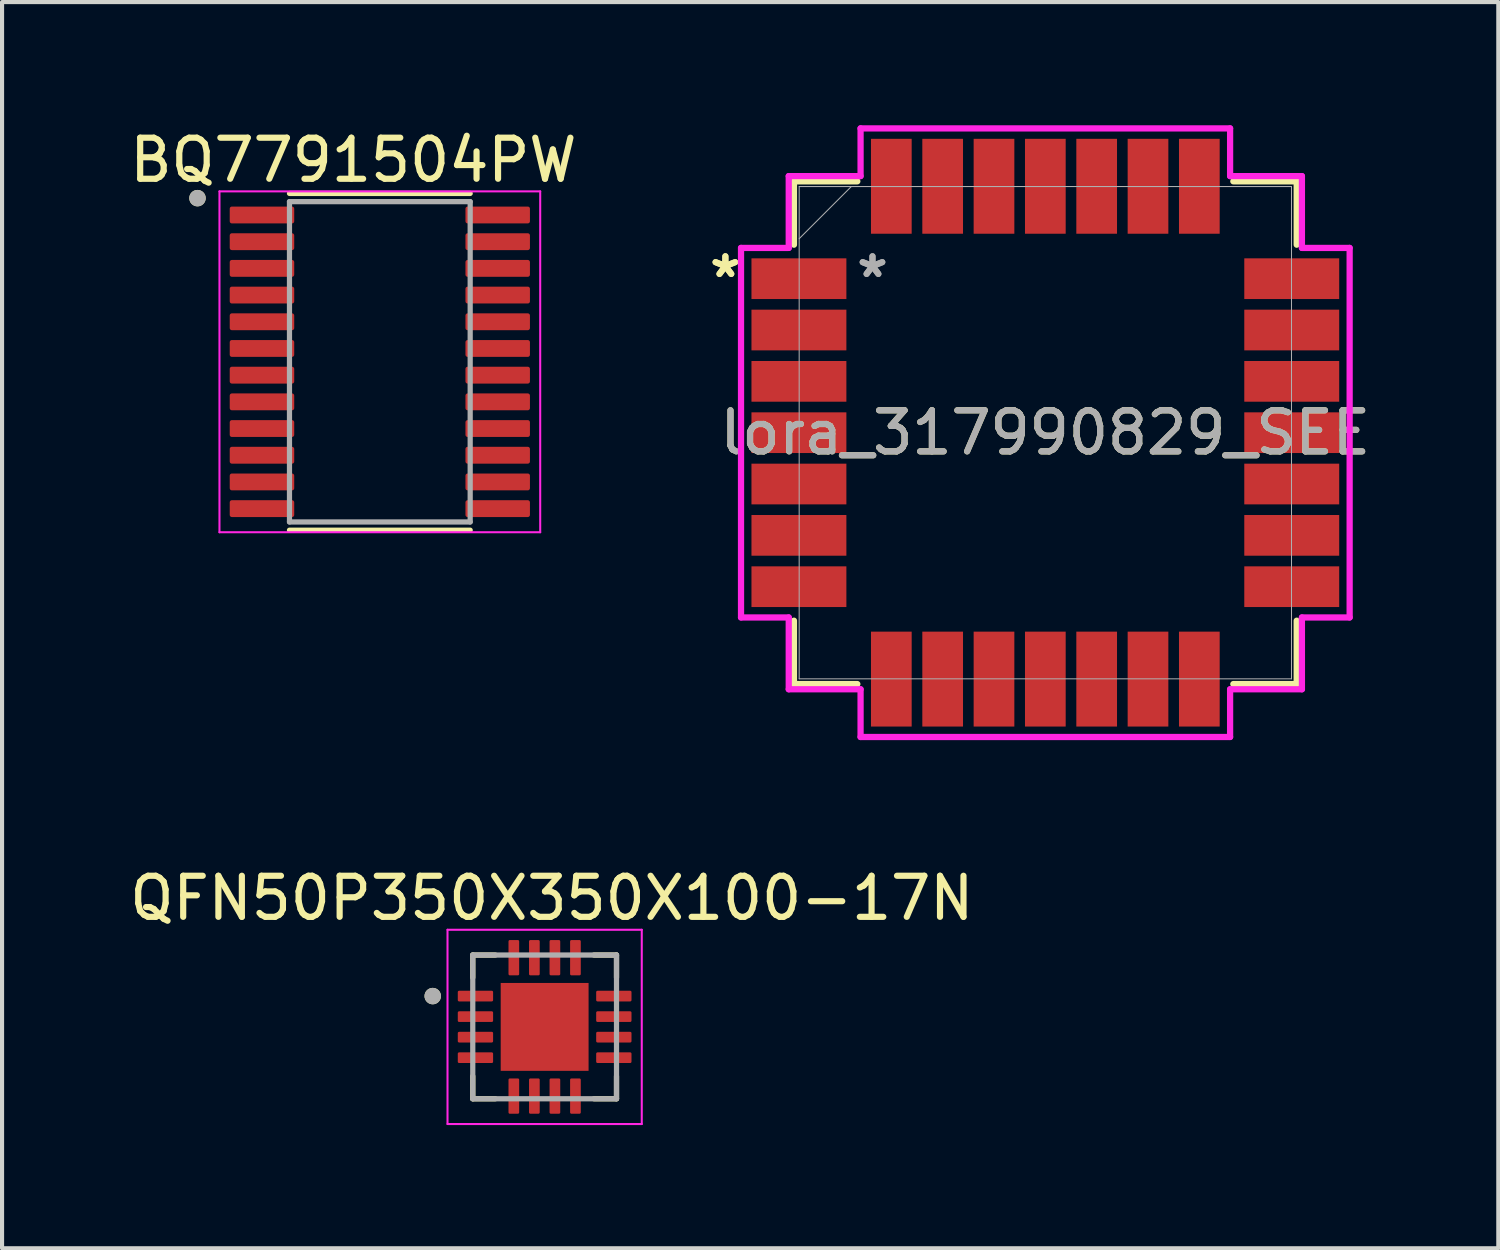
<source format=kicad_pcb>
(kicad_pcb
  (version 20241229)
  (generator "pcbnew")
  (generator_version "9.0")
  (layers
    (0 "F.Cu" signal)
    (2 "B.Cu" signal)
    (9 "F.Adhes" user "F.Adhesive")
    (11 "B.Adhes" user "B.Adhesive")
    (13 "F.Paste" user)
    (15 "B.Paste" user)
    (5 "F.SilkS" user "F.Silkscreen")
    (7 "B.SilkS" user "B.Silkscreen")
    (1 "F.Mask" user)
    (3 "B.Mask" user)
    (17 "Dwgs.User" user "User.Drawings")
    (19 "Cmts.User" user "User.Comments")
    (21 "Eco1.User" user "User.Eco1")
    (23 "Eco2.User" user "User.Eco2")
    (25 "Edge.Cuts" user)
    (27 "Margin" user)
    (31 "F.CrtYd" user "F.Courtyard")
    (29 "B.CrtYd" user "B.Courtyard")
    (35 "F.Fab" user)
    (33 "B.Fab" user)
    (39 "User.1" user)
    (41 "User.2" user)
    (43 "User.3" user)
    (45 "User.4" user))
  (footprint "lora_317990829_SEE"
    (layer "F.Cu")
    (at 22.404 7.486)
    (property "Reference" "lora_317990829_SEE" (at 0 0 0) (unlocked yes) (layer "F.SilkS") (effects (font (size 1 1) (thickness 0.15))))
    (attr smd)
    (fp_line (start -6.121 -6.121) (end -6.121 -4.578) (stroke (width 0.152) (type solid)) (layer "F.SilkS"))
    (fp_line (start -6.121 4.578) (end -6.121 6.121) (stroke (width 0.152) (type solid)) (layer "F.SilkS"))
    (fp_line (start -6.121 6.121) (end -4.578 6.121) (stroke (width 0.152) (type solid)) (layer "F.SilkS"))
    (fp_line (start -4.578 -6.121) (end -6.121 -6.121) (stroke (width 0.152) (type solid)) (layer "F.SilkS"))
    (fp_line (start 4.578 6.121) (end 6.121 6.121) (stroke (width 0.152) (type solid)) (layer "F.SilkS"))
    (fp_line (start 6.121 -6.121) (end 4.578 -6.121) (stroke (width 0.152) (type solid)) (layer "F.SilkS"))
    (fp_line (start 6.121 -4.578) (end 6.121 -6.121) (stroke (width 0.152) (type solid)) (layer "F.SilkS"))
    (fp_line (start 6.121 6.121) (end 6.121 4.578) (stroke (width 0.152) (type solid)) (layer "F.SilkS"))
    (fp_line (start -7.41 -4.499) (end -6.248 -4.499) (stroke (width 0.152) (type solid)) (layer "F.CrtYd"))
    (fp_line (start -7.41 4.499) (end -7.41 -4.499) (stroke (width 0.152) (type solid)) (layer "F.CrtYd"))
    (fp_line (start -6.248 -6.248) (end -4.499 -6.248) (stroke (width 0.152) (type solid)) (layer "F.CrtYd"))
    (fp_line (start -6.248 -4.499) (end -6.248 -6.248) (stroke (width 0.152) (type solid)) (layer "F.CrtYd"))
    (fp_line (start -6.248 4.499) (end -7.41 4.499) (stroke (width 0.152) (type solid)) (layer "F.CrtYd"))
    (fp_line (start -6.248 6.248) (end -6.248 4.499) (stroke (width 0.152) (type solid)) (layer "F.CrtYd"))
    (fp_line (start -4.499 -7.41) (end 4.499 -7.41) (stroke (width 0.152) (type solid)) (layer "F.CrtYd"))
    (fp_line (start -4.499 -6.248) (end -4.499 -7.41) (stroke (width 0.152) (type solid)) (layer "F.CrtYd"))
    (fp_line (start -4.499 6.248) (end -6.248 6.248) (stroke (width 0.152) (type solid)) (layer "F.CrtYd"))
    (fp_line (start -4.499 7.41) (end -4.499 6.248) (stroke (width 0.152) (type solid)) (layer "F.CrtYd"))
    (fp_line (start 4.499 -7.41) (end 4.499 -6.248) (stroke (width 0.152) (type solid)) (layer "F.CrtYd"))
    (fp_line (start 4.499 -6.248) (end 6.248 -6.248) (stroke (width 0.152) (type solid)) (layer "F.CrtYd"))
    (fp_line (start 4.499 6.248) (end 4.499 7.41) (stroke (width 0.152) (type solid)) (layer "F.CrtYd"))
    (fp_line (start 4.499 7.41) (end -4.499 7.41) (stroke (width 0.152) (type solid)) (layer "F.CrtYd"))
    (fp_line (start 6.248 -6.248) (end 6.248 -4.499) (stroke (width 0.152) (type solid)) (layer "F.CrtYd"))
    (fp_line (start 6.248 -4.499) (end 7.41 -4.499) (stroke (width 0.152) (type solid)) (layer "F.CrtYd"))
    (fp_line (start 6.248 4.499) (end 6.248 6.248) (stroke (width 0.152) (type solid)) (layer "F.CrtYd"))
    (fp_line (start 6.248 6.248) (end 4.499 6.248) (stroke (width 0.152) (type solid)) (layer "F.CrtYd"))
    (fp_line (start 7.41 -4.499) (end 7.41 4.499) (stroke (width 0.152) (type solid)) (layer "F.CrtYd"))
    (fp_line (start 7.41 4.499) (end 6.248 4.499) (stroke (width 0.152) (type solid)) (layer "F.CrtYd"))
    (fp_line (start -5.994 -5.994) (end -5.994 5.994) (stroke (width 0.025) (type solid)) (layer "F.Fab"))
    (fp_line (start -5.994 -4.724) (end -4.724 -5.994) (stroke (width 0.025) (type solid)) (layer "F.Fab"))
    (fp_line (start -5.994 5.994) (end 5.994 5.994) (stroke (width 0.025) (type solid)) (layer "F.Fab"))
    (fp_line (start 5.994 -5.994) (end -5.994 -5.994) (stroke (width 0.025) (type solid)) (layer "F.Fab"))
    (fp_line (start 5.994 5.994) (end 5.994 -5.994) (stroke (width 0.025) (type solid)) (layer "F.Fab"))
    (fp_text user "*" (at -7.791 -3.75 0) (layer "F.SilkS") (effects (font (size 1 1) (thickness 0.15))))
    (fp_text user "*" (at -7.791 -3.75 0) (unlocked yes) (layer "F.SilkS") (effects (font (size 1 1) (thickness 0.15))))
    (fp_text user "${REFERENCE}" (at 0 0 0) (unlocked yes) (layer "F.Fab") (effects (font (size 1 1) (thickness 0.15))))
    (fp_text user "*" (at -4.209 -3.75 0) (layer "F.Fab") (effects (font (size 1 1) (thickness 0.15))))
    (fp_text user "*" (at -4.209 -3.75 0) (unlocked yes) (layer "F.Fab") (effects (font (size 1 1) (thickness 0.15))))
    (pad "1" smd rect (at -6 -3.75) (size 2.311 0.991) (layers "F.Cu" "F.Mask" "F.Paste"))
    (pad "2" smd rect (at -6 -2.5) (size 2.311 0.991) (layers "F.Cu" "F.Mask" "F.Paste"))
    (pad "3" smd rect (at -6 -1.25) (size 2.311 0.991) (layers "F.Cu" "F.Mask" "F.Paste"))
    (pad "4" smd rect (at -6 0) (size 2.311 0.991) (layers "F.Cu" "F.Mask" "F.Paste"))
    (pad "5" smd rect (at -6 1.25) (size 2.311 0.991) (layers "F.Cu" "F.Mask" "F.Paste"))
    (pad "6" smd rect (at -6 2.5) (size 2.311 0.991) (layers "F.Cu" "F.Mask" "F.Paste"))
    (pad "7" smd rect (at -6 3.75) (size 2.311 0.991) (layers "F.Cu" "F.Mask" "F.Paste"))
    (pad "8" smd rect (at -3.75 6 90) (size 2.311 0.991) (layers "F.Cu" "F.Mask" "F.Paste"))
    (pad "9" smd rect (at -2.5 6 90) (size 2.311 0.991) (layers "F.Cu" "F.Mask" "F.Paste"))
    (pad "10" smd rect (at -1.25 6 90) (size 2.311 0.991) (layers "F.Cu" "F.Mask" "F.Paste"))
    (pad "11" smd rect (at 0 6 90) (size 2.311 0.991) (layers "F.Cu" "F.Mask" "F.Paste"))
    (pad "12" smd rect (at 1.25 6 90) (size 2.311 0.991) (layers "F.Cu" "F.Mask" "F.Paste"))
    (pad "13" smd rect (at 2.5 6 90) (size 2.311 0.991) (layers "F.Cu" "F.Mask" "F.Paste"))
    (pad "14" smd rect (at 3.75 6 90) (size 2.311 0.991) (layers "F.Cu" "F.Mask" "F.Paste"))
    (pad "15" smd rect (at 6 3.75) (size 2.311 0.991) (layers "F.Cu" "F.Mask" "F.Paste"))
    (pad "16" smd rect (at 6 2.5) (size 2.311 0.991) (layers "F.Cu" "F.Mask" "F.Paste"))
    (pad "17" smd rect (at 6 1.25) (size 2.311 0.991) (layers "F.Cu" "F.Mask" "F.Paste"))
    (pad "18" smd rect (at 6 0) (size 2.311 0.991) (layers "F.Cu" "F.Mask" "F.Paste"))
    (pad "19" smd rect (at 6 -1.25) (size 2.311 0.991) (layers "F.Cu" "F.Mask" "F.Paste"))
    (pad "20" smd rect (at 6 -2.5) (size 2.311 0.991) (layers "F.Cu" "F.Mask" "F.Paste"))
    (pad "21" smd rect (at 6 -3.75) (size 2.311 0.991) (layers "F.Cu" "F.Mask" "F.Paste"))
    (pad "22" smd rect (at 3.75 -6 90) (size 2.311 0.991) (layers "F.Cu" "F.Mask" "F.Paste"))
    (pad "23" smd rect (at 2.5 -6 90) (size 2.311 0.991) (layers "F.Cu" "F.Mask" "F.Paste"))
    (pad "24" smd rect (at 1.25 -6 90) (size 2.311 0.991) (layers "F.Cu" "F.Mask" "F.Paste"))
    (pad "25" smd rect (at 0 -6 90) (size 2.311 0.991) (layers "F.Cu" "F.Mask" "F.Paste"))
    (pad "26" smd rect (at -1.25 -6 90) (size 2.311 0.991) (layers "F.Cu" "F.Mask" "F.Paste"))
    (pad "27" smd rect (at -2.5 -6 90) (size 2.311 0.991) (layers "F.Cu" "F.Mask" "F.Paste"))
    (pad "28" smd rect (at -3.75 -6 90) (size 2.311 0.991) (layers "F.Cu" "F.Mask" "F.Paste")))
  (footprint "QFN50P350X350X100-17N"
    (layer "F.Cu")
    (at 10.212 21.955)
    (property "Reference" "QFN50P350X350X100-17N" (at 0.175 -3.135 0) (layer "F.SilkS") (effects (font (size 1 1) (thickness 0.15))))
    (attr smd)
    (fp_line (start -1.75 -1.75) (end -1.75 -1.2) (stroke (width 0.127) (type solid)) (layer "F.SilkS"))
    (fp_line (start -1.75 -1.75) (end -1.2 -1.75) (stroke (width 0.127) (type solid)) (layer "F.SilkS"))
    (fp_line (start -1.75 1.75) (end -1.75 1.2) (stroke (width 0.127) (type solid)) (layer "F.SilkS"))
    (fp_line (start -1.75 1.75) (end -1.2 1.75) (stroke (width 0.127) (type solid)) (layer "F.SilkS"))
    (fp_line (start 1.75 -1.75) (end 1.2 -1.75) (stroke (width 0.127) (type solid)) (layer "F.SilkS"))
    (fp_line (start 1.75 -1.75) (end 1.75 -1.2) (stroke (width 0.127) (type solid)) (layer "F.SilkS"))
    (fp_line (start 1.75 1.75) (end 1.2 1.75) (stroke (width 0.127) (type solid)) (layer "F.SilkS"))
    (fp_line (start 1.75 1.75) (end 1.75 1.2) (stroke (width 0.127) (type solid)) (layer "F.SilkS"))
    (fp_circle (center -2.725 -0.75) (end -2.625 -0.75) (stroke (width 0.2) (type solid)) (fill no) (layer "F.SilkS"))
    (fp_poly (pts (xy -0.68 -0.68) (xy 0.68 -0.68) (xy 0.68 0.68) (xy -0.68 0.68)) (stroke (width 0.01) (type solid)) (fill yes) (layer "F.Paste"))
    (fp_line (start -2.365 -2.365) (end 2.365 -2.365) (stroke (width 0.05) (type solid)) (layer "F.CrtYd"))
    (fp_line (start -2.365 2.365) (end -2.365 -2.365) (stroke (width 0.05) (type solid)) (layer "F.CrtYd"))
    (fp_line (start -2.365 2.365) (end 2.365 2.365) (stroke (width 0.05) (type solid)) (layer "F.CrtYd"))
    (fp_line (start 2.365 2.365) (end 2.365 -2.365) (stroke (width 0.05) (type solid)) (layer "F.CrtYd"))
    (fp_line (start -1.75 1.75) (end -1.75 -1.75) (stroke (width 0.127) (type solid)) (layer "F.Fab"))
    (fp_line (start 1.75 -1.75) (end -1.75 -1.75) (stroke (width 0.127) (type solid)) (layer "F.Fab"))
    (fp_line (start 1.75 1.75) (end -1.75 1.75) (stroke (width 0.127) (type solid)) (layer "F.Fab"))
    (fp_line (start 1.75 1.75) (end 1.75 -1.75) (stroke (width 0.127) (type solid)) (layer "F.Fab"))
    (fp_circle (center -2.725 -0.75) (end -2.625 -0.75) (stroke (width 0.2) (type solid)) (fill no) (layer "F.Fab"))
    (pad "1" smd roundrect (at -1.685 -0.75) (size 0.86 0.26) (layers "F.Cu" "F.Mask" "F.Paste") (roundrect_rratio 0.125))
    (pad "2" smd roundrect (at -1.685 -0.25) (size 0.86 0.26) (layers "F.Cu" "F.Mask" "F.Paste") (roundrect_rratio 0.125))
    (pad "3" smd roundrect (at -1.685 0.25) (size 0.86 0.26) (layers "F.Cu" "F.Mask" "F.Paste") (roundrect_rratio 0.125))
    (pad "4" smd roundrect (at -1.685 0.75) (size 0.86 0.26) (layers "F.Cu" "F.Mask" "F.Paste") (roundrect_rratio 0.125))
    (pad "5" smd roundrect (at -0.75 1.685) (size 0.26 0.86) (layers "F.Cu" "F.Mask" "F.Paste") (roundrect_rratio 0.125))
    (pad "6" smd roundrect (at -0.25 1.685) (size 0.26 0.86) (layers "F.Cu" "F.Mask" "F.Paste") (roundrect_rratio 0.125))
    (pad "7" smd roundrect (at 0.25 1.685) (size 0.26 0.86) (layers "F.Cu" "F.Mask" "F.Paste") (roundrect_rratio 0.125))
    (pad "8" smd roundrect (at 0.75 1.685) (size 0.26 0.86) (layers "F.Cu" "F.Mask" "F.Paste") (roundrect_rratio 0.125))
    (pad "9" smd roundrect (at 1.685 0.75) (size 0.86 0.26) (layers "F.Cu" "F.Mask" "F.Paste") (roundrect_rratio 0.125))
    (pad "10" smd roundrect (at 1.685 0.25) (size 0.86 0.26) (layers "F.Cu" "F.Mask" "F.Paste") (roundrect_rratio 0.125))
    (pad "11" smd roundrect (at 1.685 -0.25) (size 0.86 0.26) (layers "F.Cu" "F.Mask" "F.Paste") (roundrect_rratio 0.125))
    (pad "12" smd roundrect (at 1.685 -0.75) (size 0.86 0.26) (layers "F.Cu" "F.Mask" "F.Paste") (roundrect_rratio 0.125))
    (pad "13" smd roundrect (at 0.75 -1.685) (size 0.26 0.86) (layers "F.Cu" "F.Mask" "F.Paste") (roundrect_rratio 0.125))
    (pad "14" smd roundrect (at 0.25 -1.685) (size 0.26 0.86) (layers "F.Cu" "F.Mask" "F.Paste") (roundrect_rratio 0.125))
    (pad "15" smd roundrect (at -0.25 -1.685) (size 0.26 0.86) (layers "F.Cu" "F.Mask" "F.Paste") (roundrect_rratio 0.125))
    (pad "16" smd roundrect (at -0.75 -1.685) (size 0.26 0.86) (layers "F.Cu" "F.Mask" "F.Paste") (roundrect_rratio 0.125))
    (pad "17" smd rect (at 0 0) (size 2.14 2.14) (layers "F.Cu" "F.Mask")))
  (footprint "BQ7791504PW"
    (layer "F.Cu")
    (at 6.199 5.76)
    (property "Reference" "BQ7791504PW" (at -0.645 -4.912 0) (layer "F.SilkS") (effects (font (size 1 1) (thickness 0.15))))
    (attr smd)
    (fp_line (start -2.2 -4.1) (end 2.2 -4.1) (stroke (width 0.127) (type solid)) (layer "F.SilkS"))
    (fp_line (start -2.2 4.1) (end 2.2 4.1) (stroke (width 0.127) (type solid)) (layer "F.SilkS"))
    (fp_circle (center -4.44 -3.985) (end -4.34 -3.985) (stroke (width 0.2) (type solid)) (fill no) (layer "F.SilkS"))
    (fp_line (start -3.905 -4.15) (end -3.905 4.15) (stroke (width 0.05) (type solid)) (layer "F.CrtYd"))
    (fp_line (start -3.905 -4.15) (end 3.905 -4.15) (stroke (width 0.05) (type solid)) (layer "F.CrtYd"))
    (fp_line (start -3.905 4.15) (end 3.905 4.15) (stroke (width 0.05) (type solid)) (layer "F.CrtYd"))
    (fp_line (start 3.905 -4.15) (end 3.905 4.15) (stroke (width 0.05) (type solid)) (layer "F.CrtYd"))
    (fp_line (start -2.2 -3.9) (end -2.2 3.9) (stroke (width 0.127) (type solid)) (layer "F.Fab"))
    (fp_line (start -2.2 -3.9) (end 2.2 -3.9) (stroke (width 0.127) (type solid)) (layer "F.Fab"))
    (fp_line (start -2.2 3.9) (end 2.2 3.9) (stroke (width 0.127) (type solid)) (layer "F.Fab"))
    (fp_line (start 2.2 -3.9) (end 2.2 3.9) (stroke (width 0.127) (type solid)) (layer "F.Fab"))
    (fp_circle (center -4.44 -3.985) (end -4.34 -3.985) (stroke (width 0.2) (type solid)) (fill no) (layer "F.Fab"))
    (pad "1" smd roundrect (at -2.87 -3.575) (size 1.57 0.41) (layers "F.Cu" "F.Mask" "F.Paste") (roundrect_rratio 0.125))
    (pad "2" smd roundrect (at -2.87 -2.925) (size 1.57 0.41) (layers "F.Cu" "F.Mask" "F.Paste") (roundrect_rratio 0.125))
    (pad "3" smd roundrect (at -2.87 -2.275) (size 1.57 0.41) (layers "F.Cu" "F.Mask" "F.Paste") (roundrect_rratio 0.125))
    (pad "4" smd roundrect (at -2.87 -1.625) (size 1.57 0.41) (layers "F.Cu" "F.Mask" "F.Paste") (roundrect_rratio 0.125))
    (pad "5" smd roundrect (at -2.87 -0.975) (size 1.57 0.41) (layers "F.Cu" "F.Mask" "F.Paste") (roundrect_rratio 0.125))
    (pad "6" smd roundrect (at -2.87 -0.325) (size 1.57 0.41) (layers "F.Cu" "F.Mask" "F.Paste") (roundrect_rratio 0.125))
    (pad "7" smd roundrect (at -2.87 0.325) (size 1.57 0.41) (layers "F.Cu" "F.Mask" "F.Paste") (roundrect_rratio 0.125))
    (pad "8" smd roundrect (at -2.87 0.975) (size 1.57 0.41) (layers "F.Cu" "F.Mask" "F.Paste") (roundrect_rratio 0.125))
    (pad "9" smd roundrect (at -2.87 1.625) (size 1.57 0.41) (layers "F.Cu" "F.Mask" "F.Paste") (roundrect_rratio 0.125))
    (pad "10" smd roundrect (at -2.87 2.275) (size 1.57 0.41) (layers "F.Cu" "F.Mask" "F.Paste") (roundrect_rratio 0.125))
    (pad "11" smd roundrect (at -2.87 2.925) (size 1.57 0.41) (layers "F.Cu" "F.Mask" "F.Paste") (roundrect_rratio 0.125))
    (pad "12" smd roundrect (at -2.87 3.575) (size 1.57 0.41) (layers "F.Cu" "F.Mask" "F.Paste") (roundrect_rratio 0.125))
    (pad "13" smd roundrect (at 2.87 3.575) (size 1.57 0.41) (layers "F.Cu" "F.Mask" "F.Paste") (roundrect_rratio 0.125))
    (pad "14" smd roundrect (at 2.87 2.925) (size 1.57 0.41) (layers "F.Cu" "F.Mask" "F.Paste") (roundrect_rratio 0.125))
    (pad "15" smd roundrect (at 2.87 2.275) (size 1.57 0.41) (layers "F.Cu" "F.Mask" "F.Paste") (roundrect_rratio 0.125))
    (pad "16" smd roundrect (at 2.87 1.625) (size 1.57 0.41) (layers "F.Cu" "F.Mask" "F.Paste") (roundrect_rratio 0.125))
    (pad "17" smd roundrect (at 2.87 0.975) (size 1.57 0.41) (layers "F.Cu" "F.Mask" "F.Paste") (roundrect_rratio 0.125))
    (pad "18" smd roundrect (at 2.87 0.325) (size 1.57 0.41) (layers "F.Cu" "F.Mask" "F.Paste") (roundrect_rratio 0.125))
    (pad "19" smd roundrect (at 2.87 -0.325) (size 1.57 0.41) (layers "F.Cu" "F.Mask" "F.Paste") (roundrect_rratio 0.125))
    (pad "20" smd roundrect (at 2.87 -0.975) (size 1.57 0.41) (layers "F.Cu" "F.Mask" "F.Paste") (roundrect_rratio 0.125))
    (pad "21" smd roundrect (at 2.87 -1.625) (size 1.57 0.41) (layers "F.Cu" "F.Mask" "F.Paste") (roundrect_rratio 0.125))
    (pad "22" smd roundrect (at 2.87 -2.275) (size 1.57 0.41) (layers "F.Cu" "F.Mask" "F.Paste") (roundrect_rratio 0.125))
    (pad "23" smd roundrect (at 2.87 -2.925) (size 1.57 0.41) (layers "F.Cu" "F.Mask" "F.Paste") (roundrect_rratio 0.125))
    (pad "24" smd roundrect (at 2.87 -3.575) (size 1.57 0.41) (layers "F.Cu" "F.Mask" "F.Paste") (roundrect_rratio 0.125)))
  (gr_rect
    (start -3 -3)
    (end 33.434 27.345)
    (stroke (width 0.1) (type default))
    (fill no)
    (layer "Edge.Cuts")))
</source>
